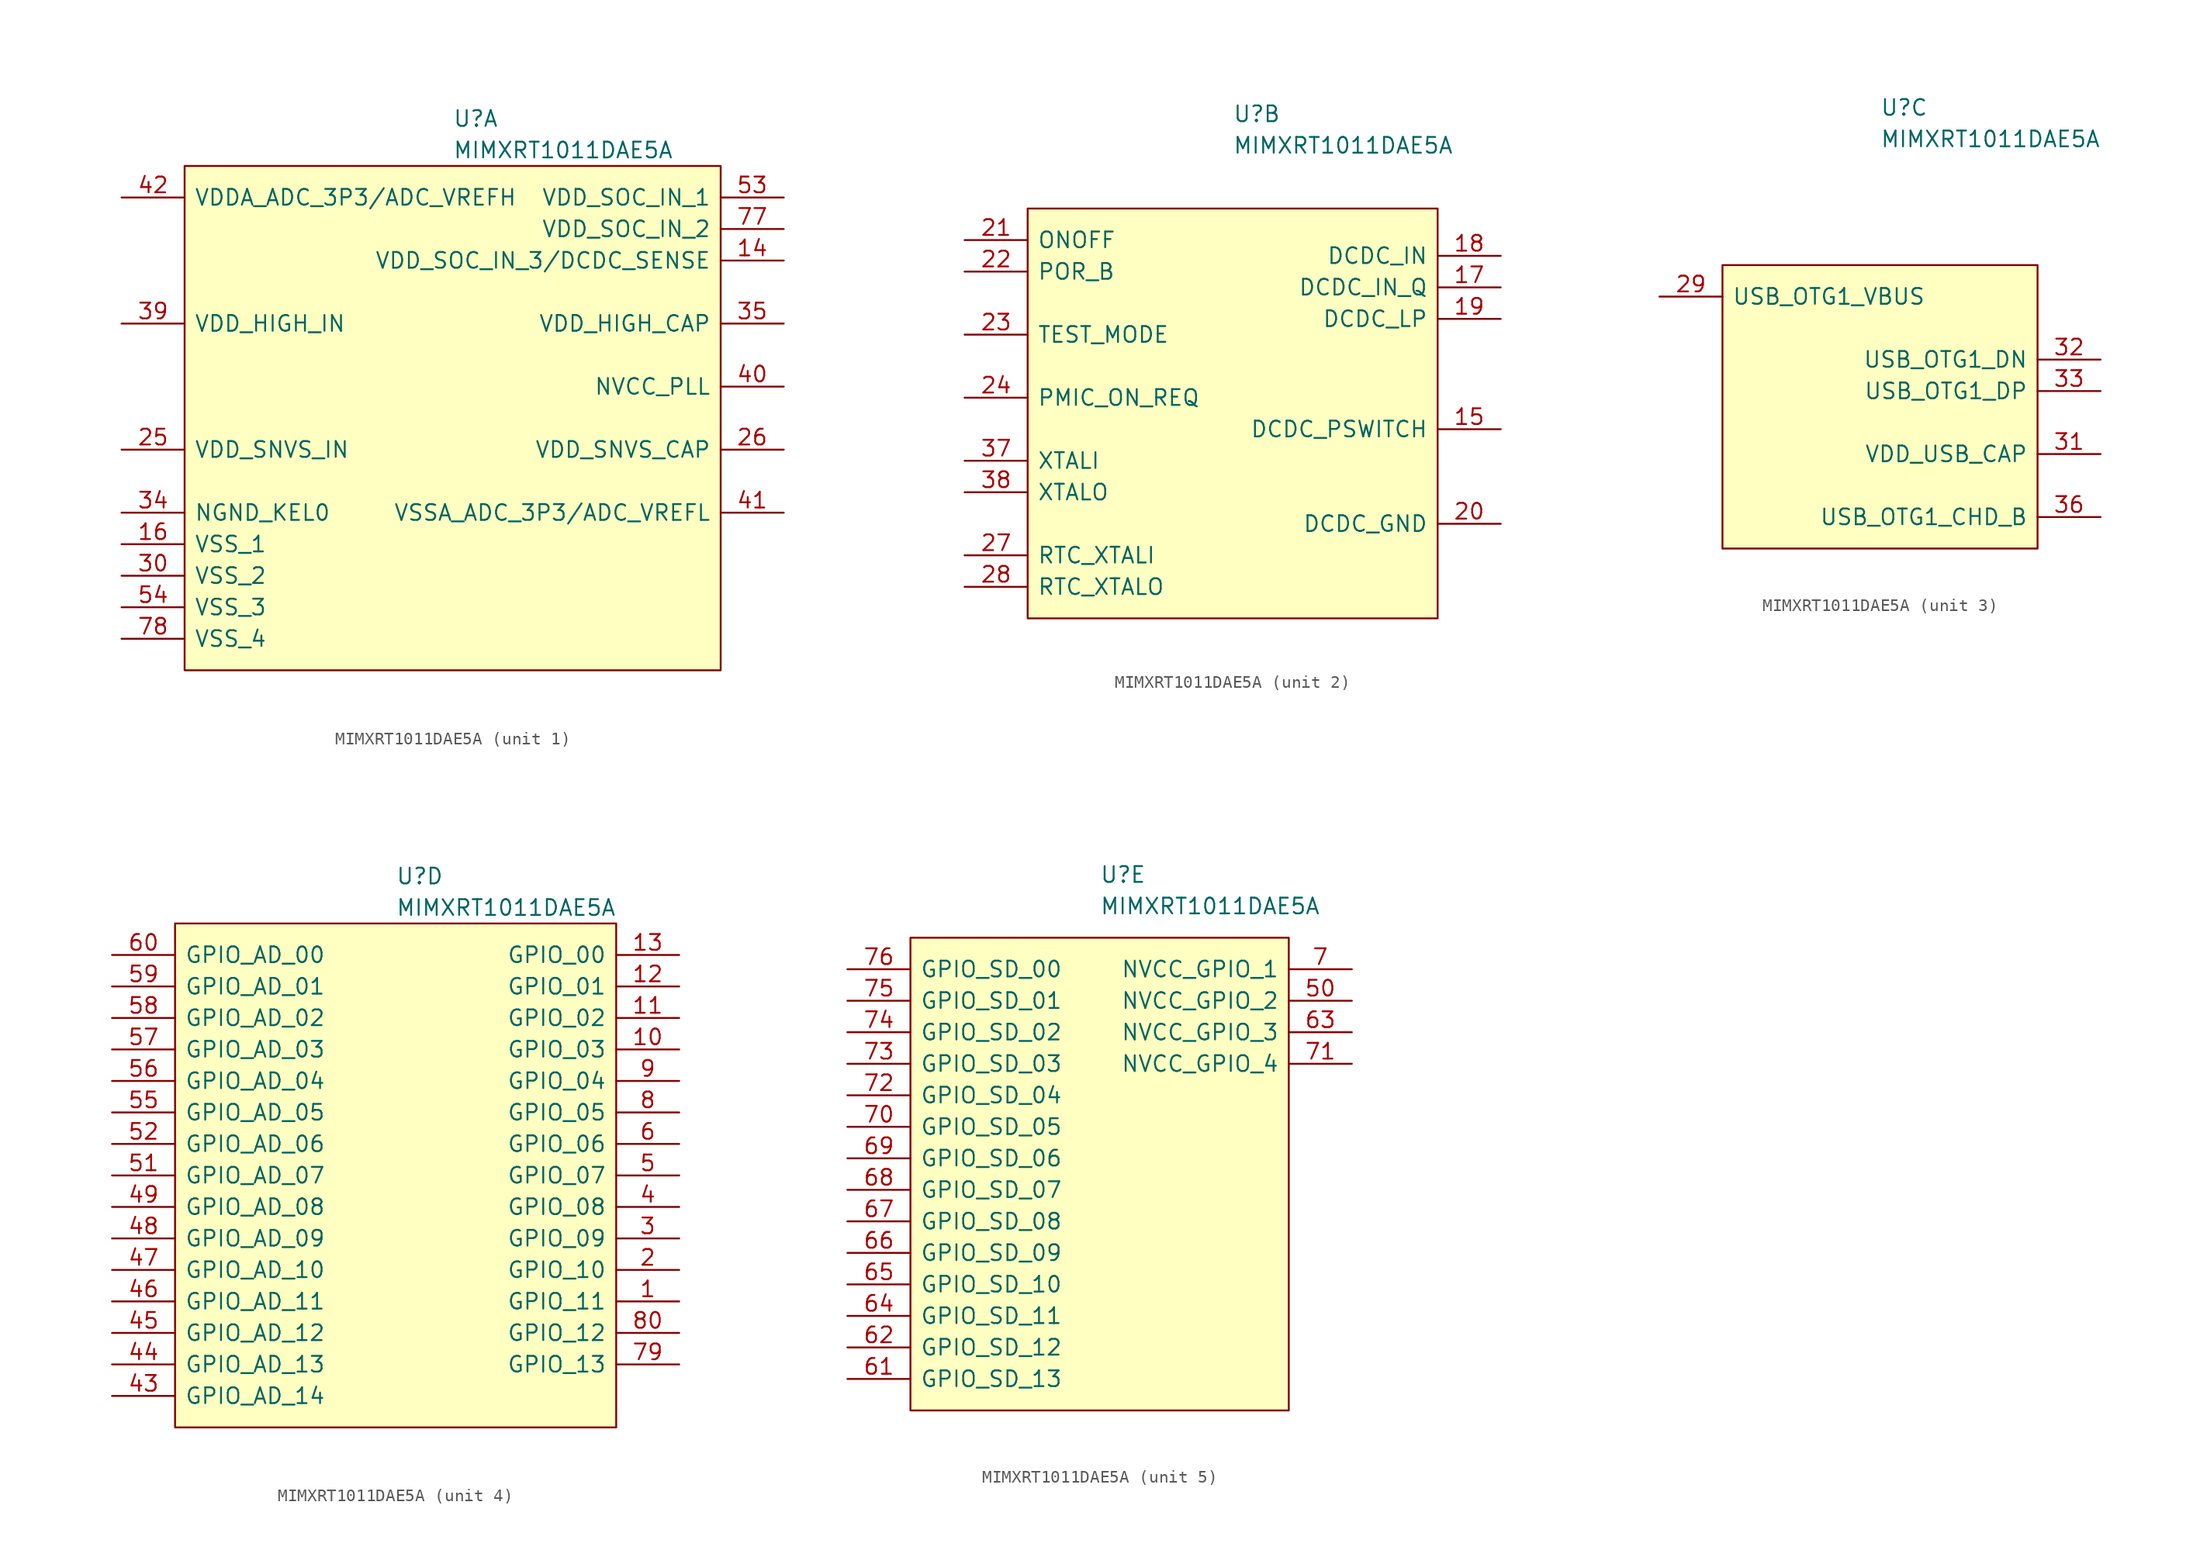
<source format=kicad_sym>
(kicad_symbol_lib
  (version 20241209)
  (generator "kicad_symbol_editor")
  (generator_version "9.0")
  (symbol "MIMXRT1011DAE5A"
    (pin_names
      (offset 0.762))
    (property "Reference" "U"
      (at 0 24.13 0)
      (effects (font (size 1.27 1.27)) (justify left)))
    (property "Value" "MIMXRT1011DAE5A"
      (at 0 21.59 0)
      (effects (font (size 1.27 1.27)) (justify left)))
    (property "ki_locked" ""
      (at 0 0 0)
      (effects (font (size 1.27 1.27))))
    (symbol "MIMXRT1011DAE5A_1_0"
      (pin passive line (at -26.67 17.78 0) (length 5.08) (name "VDDA_ADC_3P3/ADC_VREFH" (effects (font (size 1.27 1.27)))) (number "42" (effects (font (size 1.27 1.27)))))
      (pin passive line (at -26.67 7.62 0) (length 5.08) (name "VDD_HIGH_IN" (effects (font (size 1.27 1.27)))) (number "39" (effects (font (size 1.27 1.27)))))
      (pin passive line (at -26.67 -2.54 0) (length 5.08) (name "VDD_SNVS_IN" (effects (font (size 1.27 1.27)))) (number "25" (effects (font (size 1.27 1.27)))))
      (pin passive line (at -26.67 -7.62 0) (length 5.08) (name "NGND_KEL0" (effects (font (size 1.27 1.27)))) (number "34" (effects (font (size 1.27 1.27)))))
      (pin passive line (at -26.67 -10.16 0) (length 5.08) (name "VSS_1" (effects (font (size 1.27 1.27)))) (number "16" (effects (font (size 1.27 1.27)))))
      (pin passive line (at -26.67 -12.7 0) (length 5.08) (name "VSS_2" (effects (font (size 1.27 1.27)))) (number "30" (effects (font (size 1.27 1.27)))))
      (pin passive line (at -26.67 -15.24 0) (length 5.08) (name "VSS_3" (effects (font (size 1.27 1.27)))) (number "54" (effects (font (size 1.27 1.27)))))
      (pin passive line (at -26.67 -17.78 0) (length 5.08) (name "VSS_4" (effects (font (size 1.27 1.27)))) (number "78" (effects (font (size 1.27 1.27)))))
      (pin passive line (at 26.67 17.78 180) (length 5.08) (name "VDD_SOC_IN_1" (effects (font (size 1.27 1.27)))) (number "53" (effects (font (size 1.27 1.27)))))
      (pin passive line (at 26.67 15.24 180) (length 5.08) (name "VDD_SOC_IN_2" (effects (font (size 1.27 1.27)))) (number "77" (effects (font (size 1.27 1.27)))))
      (pin passive line (at 26.67 12.7 180) (length 5.08) (name "VDD_SOC_IN_3/DCDC_SENSE" (effects (font (size 1.27 1.27)))) (number "14" (effects (font (size 1.27 1.27)))))
      (pin passive line (at 26.67 7.62 180) (length 5.08) (name "VDD_HIGH_CAP" (effects (font (size 1.27 1.27)))) (number "35" (effects (font (size 1.27 1.27)))))
      (pin passive line (at 26.67 2.54 180) (length 5.08) (name "NVCC_PLL" (effects (font (size 1.27 1.27)))) (number "40" (effects (font (size 1.27 1.27)))))
      (pin passive line (at 26.67 -2.54 180) (length 5.08) (name "VDD_SNVS_CAP" (effects (font (size 1.27 1.27)))) (number "26" (effects (font (size 1.27 1.27)))))
      (pin passive line (at 26.67 -7.62 180) (length 5.08) (name "VSSA_ADC_3P3/ADC_VREFL" (effects (font (size 1.27 1.27)))) (number "41" (effects (font (size 1.27 1.27))))))
    (symbol "MIMXRT1011DAE5A_1_1"
      (rectangle (start -21.59 20.32) (end 21.59 -20.32) (stroke (width 0) (type default)) (fill (type background))))
    (symbol "MIMXRT1011DAE5A_2_0"
      (pin passive line (at -21.59 13.97 0) (length 5.08) (name "ONOFF" (effects (font (size 1.27 1.27)))) (number "21" (effects (font (size 1.27 1.27)))))
      (pin passive line (at -21.59 11.43 0) (length 5.08) (name "POR_B" (effects (font (size 1.27 1.27)))) (number "22" (effects (font (size 1.27 1.27)))))
      (pin passive line (at -21.59 6.35 0) (length 5.08) (name "TEST_MODE" (effects (font (size 1.27 1.27)))) (number "23" (effects (font (size 1.27 1.27)))))
      (pin passive line (at -21.59 1.27 0) (length 5.08) (name "PMIC_ON_REQ" (effects (font (size 1.27 1.27)))) (number "24" (effects (font (size 1.27 1.27)))))
      (pin passive line (at -21.59 -3.81 0) (length 5.08) (name "XTALI" (effects (font (size 1.27 1.27)))) (number "37" (effects (font (size 1.27 1.27)))))
      (pin passive line (at -21.59 -6.35 0) (length 5.08) (name "XTALO" (effects (font (size 1.27 1.27)))) (number "38" (effects (font (size 1.27 1.27)))))
      (pin passive line (at -21.59 -11.43 0) (length 5.08) (name "RTC_XTALI" (effects (font (size 1.27 1.27)))) (number "27" (effects (font (size 1.27 1.27)))))
      (pin passive line (at -21.59 -13.97 0) (length 5.08) (name "RTC_XTALO" (effects (font (size 1.27 1.27)))) (number "28" (effects (font (size 1.27 1.27)))))
      (pin passive line (at 21.59 12.7 180) (length 5.08) (name "DCDC_IN" (effects (font (size 1.27 1.27)))) (number "18" (effects (font (size 1.27 1.27)))))
      (pin passive line (at 21.59 10.16 180) (length 5.08) (name "DCDC_IN_Q" (effects (font (size 1.27 1.27)))) (number "17" (effects (font (size 1.27 1.27)))))
      (pin passive line (at 21.59 7.62 180) (length 5.08) (name "DCDC_LP" (effects (font (size 1.27 1.27)))) (number "19" (effects (font (size 1.27 1.27)))))
      (pin passive line (at 21.59 -1.27 180) (length 5.08) (name "DCDC_PSWITCH" (effects (font (size 1.27 1.27)))) (number "15" (effects (font (size 1.27 1.27)))))
      (pin passive line (at 21.59 -8.89 180) (length 5.08) (name "DCDC_GND" (effects (font (size 1.27 1.27)))) (number "20" (effects (font (size 1.27 1.27))))))
    (symbol "MIMXRT1011DAE5A_2_1"
      (rectangle (start -16.51 16.51) (end 16.51 -16.51) (stroke (width 0) (type default)) (fill (type background))))
    (symbol "MIMXRT1011DAE5A_3_0"
      (pin passive line (at -17.78 8.89 0) (length 5.08) (name "USB_OTG1_VBUS" (effects (font (size 1.27 1.27)))) (number "29" (effects (font (size 1.27 1.27)))))
      (pin passive line (at 17.78 3.81 180) (length 5.08) (name "USB_OTG1_DN" (effects (font (size 1.27 1.27)))) (number "32" (effects (font (size 1.27 1.27)))))
      (pin passive line (at 17.78 1.27 180) (length 5.08) (name "USB_OTG1_DP" (effects (font (size 1.27 1.27)))) (number "33" (effects (font (size 1.27 1.27)))))
      (pin passive line (at 17.78 -3.81 180) (length 5.08) (name "VDD_USB_CAP" (effects (font (size 1.27 1.27)))) (number "31" (effects (font (size 1.27 1.27)))))
      (pin passive line (at 17.78 -8.89 180) (length 5.08) (name "USB_OTG1_CHD_B" (effects (font (size 1.27 1.27)))) (number "36" (effects (font (size 1.27 1.27))))))
    (symbol "MIMXRT1011DAE5A_3_1"
      (rectangle (start -12.7 11.43) (end 12.7 -11.43) (stroke (width 0) (type default)) (fill (type background))))
    (symbol "MIMXRT1011DAE5A_4_0"
      (pin passive line (at -22.86 17.78 0) (length 5.08) (name "GPIO_AD_00" (effects (font (size 1.27 1.27)))) (number "60" (effects (font (size 1.27 1.27)))))
      (pin passive line (at -22.86 15.24 0) (length 5.08) (name "GPIO_AD_01" (effects (font (size 1.27 1.27)))) (number "59" (effects (font (size 1.27 1.27)))))
      (pin passive line (at -22.86 12.7 0) (length 5.08) (name "GPIO_AD_02" (effects (font (size 1.27 1.27)))) (number "58" (effects (font (size 1.27 1.27)))))
      (pin passive line (at -22.86 10.16 0) (length 5.08) (name "GPIO_AD_03" (effects (font (size 1.27 1.27)))) (number "57" (effects (font (size 1.27 1.27)))))
      (pin passive line (at -22.86 7.62 0) (length 5.08) (name "GPIO_AD_04" (effects (font (size 1.27 1.27)))) (number "56" (effects (font (size 1.27 1.27)))))
      (pin passive line (at -22.86 5.08 0) (length 5.08) (name "GPIO_AD_05" (effects (font (size 1.27 1.27)))) (number "55" (effects (font (size 1.27 1.27)))))
      (pin passive line (at -22.86 2.54 0) (length 5.08) (name "GPIO_AD_06" (effects (font (size 1.27 1.27)))) (number "52" (effects (font (size 1.27 1.27)))))
      (pin passive line (at -22.86 0 0) (length 5.08) (name "GPIO_AD_07" (effects (font (size 1.27 1.27)))) (number "51" (effects (font (size 1.27 1.27)))))
      (pin passive line (at -22.86 -2.54 0) (length 5.08) (name "GPIO_AD_08" (effects (font (size 1.27 1.27)))) (number "49" (effects (font (size 1.27 1.27)))))
      (pin passive line (at -22.86 -5.08 0) (length 5.08) (name "GPIO_AD_09" (effects (font (size 1.27 1.27)))) (number "48" (effects (font (size 1.27 1.27)))))
      (pin passive line (at -22.86 -7.62 0) (length 5.08) (name "GPIO_AD_10" (effects (font (size 1.27 1.27)))) (number "47" (effects (font (size 1.27 1.27)))))
      (pin passive line (at -22.86 -10.16 0) (length 5.08) (name "GPIO_AD_11" (effects (font (size 1.27 1.27)))) (number "46" (effects (font (size 1.27 1.27)))))
      (pin passive line (at -22.86 -12.7 0) (length 5.08) (name "GPIO_AD_12" (effects (font (size 1.27 1.27)))) (number "45" (effects (font (size 1.27 1.27)))))
      (pin passive line (at -22.86 -15.24 0) (length 5.08) (name "GPIO_AD_13" (effects (font (size 1.27 1.27)))) (number "44" (effects (font (size 1.27 1.27)))))
      (pin passive line (at -22.86 -17.78 0) (length 5.08) (name "GPIO_AD_14" (effects (font (size 1.27 1.27)))) (number "43" (effects (font (size 1.27 1.27)))))
      (pin passive line (at 22.86 17.78 180) (length 5.08) (name "GPIO_00" (effects (font (size 1.27 1.27)))) (number "13" (effects (font (size 1.27 1.27)))))
      (pin passive line (at 22.86 15.24 180) (length 5.08) (name "GPIO_01" (effects (font (size 1.27 1.27)))) (number "12" (effects (font (size 1.27 1.27)))))
      (pin passive line (at 22.86 12.7 180) (length 5.08) (name "GPIO_02" (effects (font (size 1.27 1.27)))) (number "11" (effects (font (size 1.27 1.27)))))
      (pin passive line (at 22.86 10.16 180) (length 5.08) (name "GPIO_03" (effects (font (size 1.27 1.27)))) (number "10" (effects (font (size 1.27 1.27)))))
      (pin passive line (at 22.86 7.62 180) (length 5.08) (name "GPIO_04" (effects (font (size 1.27 1.27)))) (number "9" (effects (font (size 1.27 1.27)))))
      (pin passive line (at 22.86 5.08 180) (length 5.08) (name "GPIO_05" (effects (font (size 1.27 1.27)))) (number "8" (effects (font (size 1.27 1.27)))))
      (pin passive line (at 22.86 2.54 180) (length 5.08) (name "GPIO_06" (effects (font (size 1.27 1.27)))) (number "6" (effects (font (size 1.27 1.27)))))
      (pin passive line (at 22.86 0 180) (length 5.08) (name "GPIO_07" (effects (font (size 1.27 1.27)))) (number "5" (effects (font (size 1.27 1.27)))))
      (pin passive line (at 22.86 -2.54 180) (length 5.08) (name "GPIO_08" (effects (font (size 1.27 1.27)))) (number "4" (effects (font (size 1.27 1.27)))))
      (pin passive line (at 22.86 -5.08 180) (length 5.08) (name "GPIO_09" (effects (font (size 1.27 1.27)))) (number "3" (effects (font (size 1.27 1.27)))))
      (pin passive line (at 22.86 -7.62 180) (length 5.08) (name "GPIO_10" (effects (font (size 1.27 1.27)))) (number "2" (effects (font (size 1.27 1.27)))))
      (pin passive line (at 22.86 -10.16 180) (length 5.08) (name "GPIO_11" (effects (font (size 1.27 1.27)))) (number "1" (effects (font (size 1.27 1.27)))))
      (pin passive line (at 22.86 -12.7 180) (length 5.08) (name "GPIO_12" (effects (font (size 1.27 1.27)))) (number "80" (effects (font (size 1.27 1.27)))))
      (pin passive line (at 22.86 -15.24 180) (length 5.08) (name "GPIO_13" (effects (font (size 1.27 1.27)))) (number "79" (effects (font (size 1.27 1.27))))))
    (symbol "MIMXRT1011DAE5A_4_1"
      (rectangle (start -17.78 20.32) (end 17.78 -20.32) (stroke (width 0) (type default)) (fill (type background))))
    (symbol "MIMXRT1011DAE5A_5_0"
      (pin passive line (at -20.32 16.51 0) (length 5.08) (name "GPIO_SD_00" (effects (font (size 1.27 1.27)))) (number "76" (effects (font (size 1.27 1.27)))))
      (pin passive line (at -20.32 13.97 0) (length 5.08) (name "GPIO_SD_01" (effects (font (size 1.27 1.27)))) (number "75" (effects (font (size 1.27 1.27)))))
      (pin passive line (at -20.32 11.43 0) (length 5.08) (name "GPIO_SD_02" (effects (font (size 1.27 1.27)))) (number "74" (effects (font (size 1.27 1.27)))))
      (pin passive line (at -20.32 8.89 0) (length 5.08) (name "GPIO_SD_03" (effects (font (size 1.27 1.27)))) (number "73" (effects (font (size 1.27 1.27)))))
      (pin passive line (at -20.32 6.35 0) (length 5.08) (name "GPIO_SD_04" (effects (font (size 1.27 1.27)))) (number "72" (effects (font (size 1.27 1.27)))))
      (pin passive line (at -20.32 3.81 0) (length 5.08) (name "GPIO_SD_05" (effects (font (size 1.27 1.27)))) (number "70" (effects (font (size 1.27 1.27)))))
      (pin passive line (at -20.32 1.27 0) (length 5.08) (name "GPIO_SD_06" (effects (font (size 1.27 1.27)))) (number "69" (effects (font (size 1.27 1.27)))))
      (pin passive line (at -20.32 -1.27 0) (length 5.08) (name "GPIO_SD_07" (effects (font (size 1.27 1.27)))) (number "68" (effects (font (size 1.27 1.27)))))
      (pin passive line (at -20.32 -3.81 0) (length 5.08) (name "GPIO_SD_08" (effects (font (size 1.27 1.27)))) (number "67" (effects (font (size 1.27 1.27)))))
      (pin passive line (at -20.32 -6.35 0) (length 5.08) (name "GPIO_SD_09" (effects (font (size 1.27 1.27)))) (number "66" (effects (font (size 1.27 1.27)))))
      (pin passive line (at -20.32 -8.89 0) (length 5.08) (name "GPIO_SD_10" (effects (font (size 1.27 1.27)))) (number "65" (effects (font (size 1.27 1.27)))))
      (pin passive line (at -20.32 -11.43 0) (length 5.08) (name "GPIO_SD_11" (effects (font (size 1.27 1.27)))) (number "64" (effects (font (size 1.27 1.27)))))
      (pin passive line (at -20.32 -13.97 0) (length 5.08) (name "GPIO_SD_12" (effects (font (size 1.27 1.27)))) (number "62" (effects (font (size 1.27 1.27)))))
      (pin passive line (at -20.32 -16.51 0) (length 5.08) (name "GPIO_SD_13" (effects (font (size 1.27 1.27)))) (number "61" (effects (font (size 1.27 1.27)))))
      (pin passive line (at 20.32 16.51 180) (length 5.08) (name "NVCC_GPIO_1" (effects (font (size 1.27 1.27)))) (number "7" (effects (font (size 1.27 1.27)))))
      (pin passive line (at 20.32 13.97 180) (length 5.08) (name "NVCC_GPIO_2" (effects (font (size 1.27 1.27)))) (number "50" (effects (font (size 1.27 1.27)))))
      (pin passive line (at 20.32 11.43 180) (length 5.08) (name "NVCC_GPIO_3" (effects (font (size 1.27 1.27)))) (number "63" (effects (font (size 1.27 1.27)))))
      (pin passive line (at 20.32 8.89 180) (length 5.08) (name "NVCC_GPIO_4" (effects (font (size 1.27 1.27)))) (number "71" (effects (font (size 1.27 1.27))))))
    (symbol "MIMXRT1011DAE5A_5_1"
      (rectangle (start -15.24 19.05) (end 15.24 -19.05) (stroke (width 0) (type default)) (fill (type background))))))
</source>
